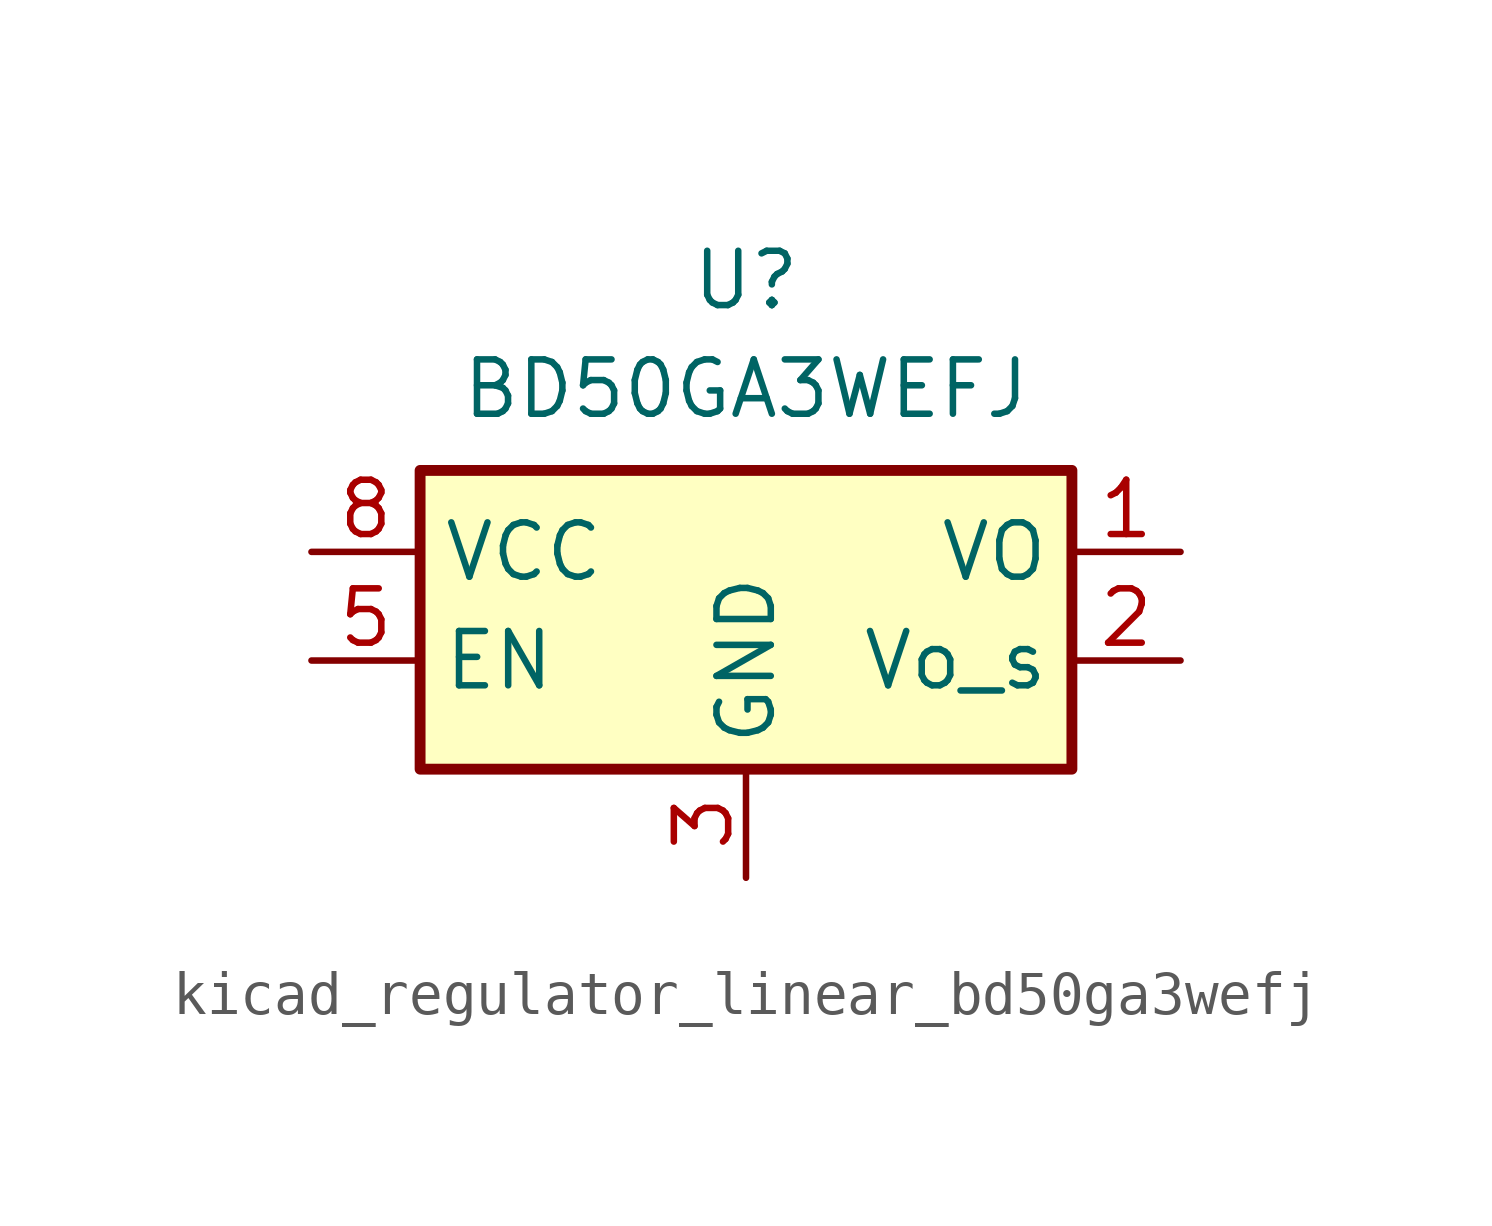
<source format=kicad_sym>
(kicad_symbol_lib
  (version 20220914)
  (generator kicad_symbol_editor)
  (symbol "kicad_regulator_linear_bd50ga3wefj"
    (property "Reference" "U"
      (at 0 6.35 0)
      (effects (font (size 1.27 1.27))))
    (property "Value" "BD50GA3WEFJ"
      (at 0 3.81 0)
      (effects (font (size 1.27 1.27))))
    (symbol "kicad_regulator_linear_bd50ga3wefj_1_1"
      (rectangle (start -7.62 -5.08) (end 7.62 1.905) (stroke (width 0.254) (type default)) (fill (type background)))
      (pin power_out line (at 10.16 0 180) (length 2.54) (name "VO" (effects (font (size 1.27 1.27)))) (number "1" (effects (font (size 1.27 1.27)))))
      (pin input line (at 10.16 -2.54 180) (length 2.54) (name "Vo_s" (effects (font (size 1.27 1.27)))) (number "2" (effects (font (size 1.27 1.27)))))
      (pin power_in line (at 0 -7.62 90) (length 2.54) (name "GND" (effects (font (size 1.27 1.27)))) (number "3" (effects (font (size 1.27 1.27)))))
      (pin passive line (at 0 -7.62 90) (length 2.54) hide (name "GND" (effects (font (size 1.27 1.27)))) (number "4" (effects (font (size 1.27 1.27)))))
      (pin input line (at -10.16 -2.54 0) (length 2.54) (name "EN" (effects (font (size 1.27 1.27)))) (number "5" (effects (font (size 1.27 1.27)))))
      (pin passive line (at 0 -7.62 90) (length 2.54) hide (name "GND" (effects (font (size 1.27 1.27)))) (number "6" (effects (font (size 1.27 1.27)))))
      (pin passive line (at 0 -7.62 90) (length 2.54) hide (name "GND" (effects (font (size 1.27 1.27)))) (number "7" (effects (font (size 1.27 1.27)))))
      (pin power_in line (at -10.16 0 0) (length 2.54) (name "VCC" (effects (font (size 1.27 1.27)))) (number "8" (effects (font (size 1.27 1.27)))))
      (pin passive line (at 0 -7.62 90) (length 2.54) hide (name "GND" (effects (font (size 1.27 1.27)))) (number "9" (effects (font (size 1.27 1.27))))))))
</source>
